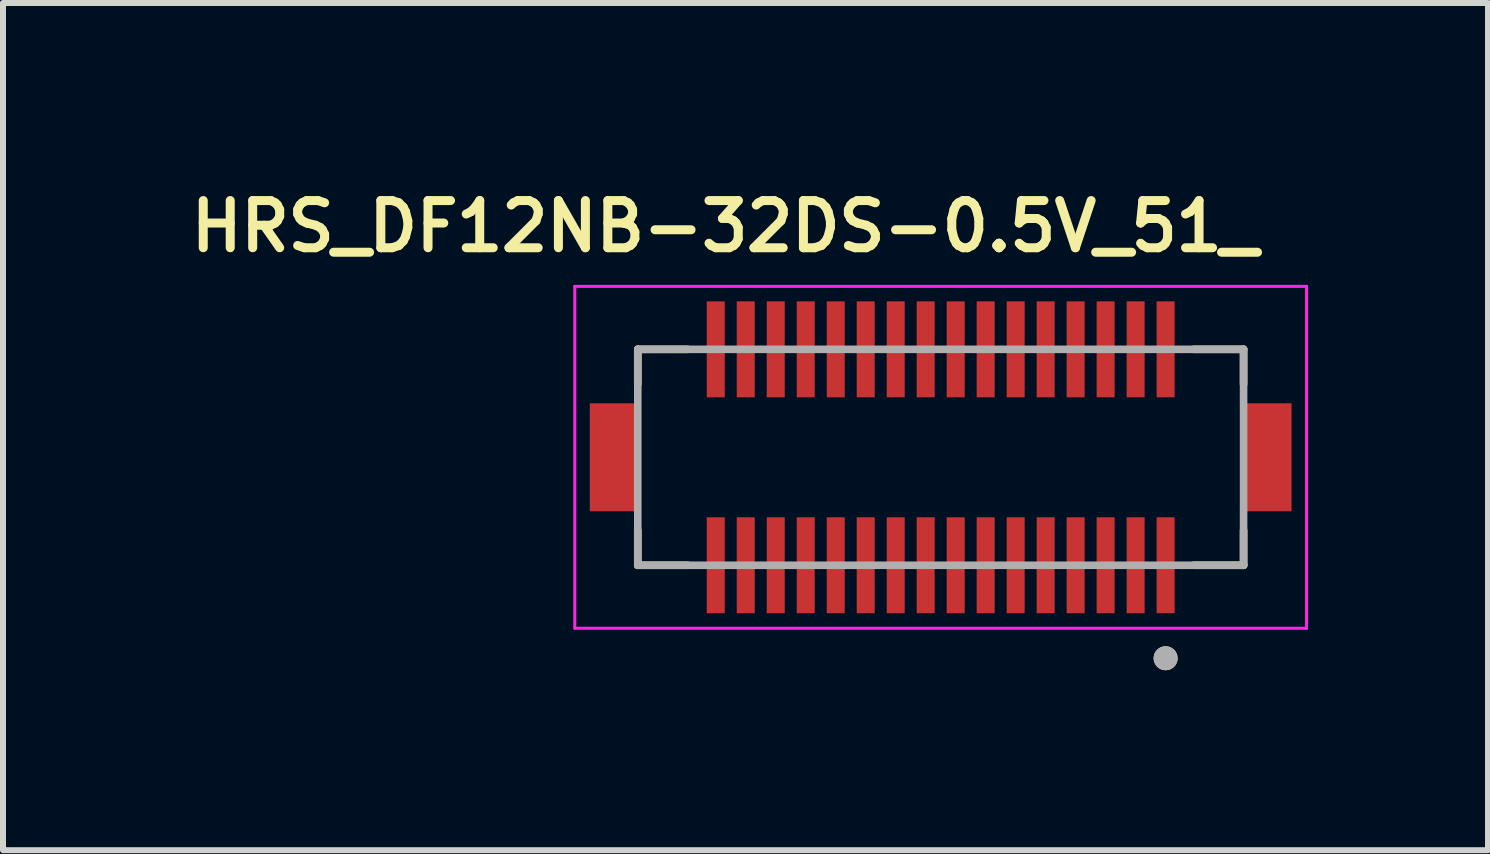
<source format=kicad_pcb>
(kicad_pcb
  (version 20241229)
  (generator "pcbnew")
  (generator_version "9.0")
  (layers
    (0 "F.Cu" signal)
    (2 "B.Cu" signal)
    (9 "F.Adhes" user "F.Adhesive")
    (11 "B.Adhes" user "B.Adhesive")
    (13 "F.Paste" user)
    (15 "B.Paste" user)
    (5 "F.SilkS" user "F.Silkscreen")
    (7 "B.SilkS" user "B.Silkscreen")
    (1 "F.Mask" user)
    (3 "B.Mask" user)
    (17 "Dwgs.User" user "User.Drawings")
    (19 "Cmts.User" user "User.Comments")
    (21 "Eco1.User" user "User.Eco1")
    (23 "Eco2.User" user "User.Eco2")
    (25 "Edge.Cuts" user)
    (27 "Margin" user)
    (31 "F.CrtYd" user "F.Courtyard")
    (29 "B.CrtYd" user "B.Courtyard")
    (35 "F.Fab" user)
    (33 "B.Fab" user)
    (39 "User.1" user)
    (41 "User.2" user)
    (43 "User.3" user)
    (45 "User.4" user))
  (footprint "HRS_DF12NB-32DS-0.5V_51_"
    (layer "F.Cu")
    (at 12.633 4.574)
    (property "Reference" "HRS_DF12NB-32DS-0.5V_51_" (at -3.6 -3.85 0) (layer "F.SilkS") (effects (font (size 0.787 0.787) (thickness 0.15))))
    (attr smd)
    (fp_poly (pts (xy -3.95 -2.65) (xy -3.55 -2.65) (xy -3.55 -0.95) (xy -3.95 -0.95)) (stroke (width 0.01) (type solid)) (fill yes) (layer "F.Mask"))
    (fp_poly (pts (xy -3.95 0.95) (xy -3.55 0.95) (xy -3.55 2.65) (xy -3.95 2.65)) (stroke (width 0.01) (type solid)) (fill yes) (layer "F.Mask"))
    (fp_poly (pts (xy -3.45 -2.65) (xy -3.05 -2.65) (xy -3.05 -0.95) (xy -3.45 -0.95)) (stroke (width 0.01) (type solid)) (fill yes) (layer "F.Mask"))
    (fp_poly (pts (xy -3.45 0.95) (xy -3.05 0.95) (xy -3.05 2.65) (xy -3.45 2.65)) (stroke (width 0.01) (type solid)) (fill yes) (layer "F.Mask"))
    (fp_poly (pts (xy -2.95 -2.65) (xy -2.55 -2.65) (xy -2.55 -0.95) (xy -2.95 -0.95)) (stroke (width 0.01) (type solid)) (fill yes) (layer "F.Mask"))
    (fp_poly (pts (xy -2.95 0.95) (xy -2.55 0.95) (xy -2.55 2.65) (xy -2.95 2.65)) (stroke (width 0.01) (type solid)) (fill yes) (layer "F.Mask"))
    (fp_poly (pts (xy -2.45 -2.65) (xy -2.05 -2.65) (xy -2.05 -0.95) (xy -2.45 -0.95)) (stroke (width 0.01) (type solid)) (fill yes) (layer "F.Mask"))
    (fp_poly (pts (xy -2.45 0.95) (xy -2.05 0.95) (xy -2.05 2.65) (xy -2.45 2.65)) (stroke (width 0.01) (type solid)) (fill yes) (layer "F.Mask"))
    (fp_poly (pts (xy -1.95 -2.65) (xy -1.55 -2.65) (xy -1.55 -0.95) (xy -1.95 -0.95)) (stroke (width 0.01) (type solid)) (fill yes) (layer "F.Mask"))
    (fp_poly (pts (xy -1.95 0.95) (xy -1.55 0.95) (xy -1.55 2.65) (xy -1.95 2.65)) (stroke (width 0.01) (type solid)) (fill yes) (layer "F.Mask"))
    (fp_poly (pts (xy -1.45 -2.65) (xy -1.05 -2.65) (xy -1.05 -0.95) (xy -1.45 -0.95)) (stroke (width 0.01) (type solid)) (fill yes) (layer "F.Mask"))
    (fp_poly (pts (xy -1.45 0.95) (xy -1.05 0.95) (xy -1.05 2.65) (xy -1.45 2.65)) (stroke (width 0.01) (type solid)) (fill yes) (layer "F.Mask"))
    (fp_poly (pts (xy -0.95 -2.65) (xy -0.55 -2.65) (xy -0.55 -0.95) (xy -0.95 -0.95)) (stroke (width 0.01) (type solid)) (fill yes) (layer "F.Mask"))
    (fp_poly (pts (xy -0.95 0.95) (xy -0.55 0.95) (xy -0.55 2.65) (xy -0.95 2.65)) (stroke (width 0.01) (type solid)) (fill yes) (layer "F.Mask"))
    (fp_poly (pts (xy -0.45 -2.65) (xy -0.05 -2.65) (xy -0.05 -0.95) (xy -0.45 -0.95)) (stroke (width 0.01) (type solid)) (fill yes) (layer "F.Mask"))
    (fp_poly (pts (xy -0.45 0.95) (xy -0.05 0.95) (xy -0.05 2.65) (xy -0.45 2.65)) (stroke (width 0.01) (type solid)) (fill yes) (layer "F.Mask"))
    (fp_poly (pts (xy 0.05 -2.65) (xy 0.45 -2.65) (xy 0.45 -0.95) (xy 0.05 -0.95)) (stroke (width 0.01) (type solid)) (fill yes) (layer "F.Mask"))
    (fp_poly (pts (xy 0.05 0.95) (xy 0.45 0.95) (xy 0.45 2.65) (xy 0.05 2.65)) (stroke (width 0.01) (type solid)) (fill yes) (layer "F.Mask"))
    (fp_poly (pts (xy 0.55 -2.65) (xy 0.95 -2.65) (xy 0.95 -0.95) (xy 0.55 -0.95)) (stroke (width 0.01) (type solid)) (fill yes) (layer "F.Mask"))
    (fp_poly (pts (xy 0.55 0.95) (xy 0.95 0.95) (xy 0.95 2.65) (xy 0.55 2.65)) (stroke (width 0.01) (type solid)) (fill yes) (layer "F.Mask"))
    (fp_poly (pts (xy 1.05 -2.65) (xy 1.45 -2.65) (xy 1.45 -0.95) (xy 1.05 -0.95)) (stroke (width 0.01) (type solid)) (fill yes) (layer "F.Mask"))
    (fp_poly (pts (xy 1.05 0.95) (xy 1.45 0.95) (xy 1.45 2.65) (xy 1.05 2.65)) (stroke (width 0.01) (type solid)) (fill yes) (layer "F.Mask"))
    (fp_poly (pts (xy 1.55 -2.65) (xy 1.95 -2.65) (xy 1.95 -0.95) (xy 1.55 -0.95)) (stroke (width 0.01) (type solid)) (fill yes) (layer "F.Mask"))
    (fp_poly (pts (xy 1.55 0.95) (xy 1.95 0.95) (xy 1.95 2.65) (xy 1.55 2.65)) (stroke (width 0.01) (type solid)) (fill yes) (layer "F.Mask"))
    (fp_poly (pts (xy 2.05 -2.65) (xy 2.45 -2.65) (xy 2.45 -0.95) (xy 2.05 -0.95)) (stroke (width 0.01) (type solid)) (fill yes) (layer "F.Mask"))
    (fp_poly (pts (xy 2.05 0.95) (xy 2.45 0.95) (xy 2.45 2.65) (xy 2.05 2.65)) (stroke (width 0.01) (type solid)) (fill yes) (layer "F.Mask"))
    (fp_poly (pts (xy 2.55 -2.65) (xy 2.95 -2.65) (xy 2.95 -0.95) (xy 2.55 -0.95)) (stroke (width 0.01) (type solid)) (fill yes) (layer "F.Mask"))
    (fp_poly (pts (xy 2.55 0.95) (xy 2.95 0.95) (xy 2.95 2.65) (xy 2.55 2.65)) (stroke (width 0.01) (type solid)) (fill yes) (layer "F.Mask"))
    (fp_poly (pts (xy 3.05 -2.65) (xy 3.45 -2.65) (xy 3.45 -0.95) (xy 3.05 -0.95)) (stroke (width 0.01) (type solid)) (fill yes) (layer "F.Mask"))
    (fp_poly (pts (xy 3.05 0.95) (xy 3.45 0.95) (xy 3.45 2.65) (xy 3.05 2.65)) (stroke (width 0.01) (type solid)) (fill yes) (layer "F.Mask"))
    (fp_poly (pts (xy 3.55 -2.65) (xy 3.95 -2.65) (xy 3.95 -0.95) (xy 3.55 -0.95)) (stroke (width 0.01) (type solid)) (fill yes) (layer "F.Mask"))
    (fp_poly (pts (xy 3.55 0.95) (xy 3.95 0.95) (xy 3.95 2.65) (xy 3.55 2.65)) (stroke (width 0.01) (type solid)) (fill yes) (layer "F.Mask"))
    (fp_line (start -5.05 -1.8) (end -5.05 -1.22) (stroke (width 0.127) (type solid)) (layer "F.SilkS"))
    (fp_line (start -5.05 1.8) (end -5.05 1.22) (stroke (width 0.127) (type solid)) (layer "F.SilkS"))
    (fp_line (start -5.05 1.8) (end -4.22 1.8) (stroke (width 0.127) (type solid)) (layer "F.SilkS"))
    (fp_line (start -4.22 -1.8) (end -5.05 -1.8) (stroke (width 0.127) (type solid)) (layer "F.SilkS"))
    (fp_line (start 4.22 1.8) (end 5.05 1.8) (stroke (width 0.127) (type solid)) (layer "F.SilkS"))
    (fp_line (start 5.05 -1.8) (end 4.22 -1.8) (stroke (width 0.127) (type solid)) (layer "F.SilkS"))
    (fp_line (start 5.05 -1.22) (end 5.05 -1.8) (stroke (width 0.127) (type solid)) (layer "F.SilkS"))
    (fp_line (start 5.05 1.8) (end 5.05 1.22) (stroke (width 0.127) (type solid)) (layer "F.SilkS"))
    (fp_circle (center 3.75 3.35) (end 3.85 3.35) (stroke (width 0.2) (type solid)) (fill no) (layer "F.SilkS"))
    (fp_poly (pts (xy -3.89 -2.6) (xy -3.61 -2.6) (xy -3.61 -1.4) (xy -3.89 -1.4)) (stroke (width 0.01) (type solid)) (fill yes) (layer "F.Paste"))
    (fp_poly (pts (xy -3.89 1.4) (xy -3.61 1.4) (xy -3.61 2.6) (xy -3.89 2.6)) (stroke (width 0.01) (type solid)) (fill yes) (layer "F.Paste"))
    (fp_poly (pts (xy -3.39 -2.6) (xy -3.11 -2.6) (xy -3.11 -1.4) (xy -3.39 -1.4)) (stroke (width 0.01) (type solid)) (fill yes) (layer "F.Paste"))
    (fp_poly (pts (xy -3.39 1.4) (xy -3.11 1.4) (xy -3.11 2.6) (xy -3.39 2.6)) (stroke (width 0.01) (type solid)) (fill yes) (layer "F.Paste"))
    (fp_poly (pts (xy -2.89 -2.6) (xy -2.61 -2.6) (xy -2.61 -1.4) (xy -2.89 -1.4)) (stroke (width 0.01) (type solid)) (fill yes) (layer "F.Paste"))
    (fp_poly (pts (xy -2.89 1.4) (xy -2.61 1.4) (xy -2.61 2.6) (xy -2.89 2.6)) (stroke (width 0.01) (type solid)) (fill yes) (layer "F.Paste"))
    (fp_poly (pts (xy -2.39 -2.6) (xy -2.11 -2.6) (xy -2.11 -1.4) (xy -2.39 -1.4)) (stroke (width 0.01) (type solid)) (fill yes) (layer "F.Paste"))
    (fp_poly (pts (xy -2.39 1.4) (xy -2.11 1.4) (xy -2.11 2.6) (xy -2.39 2.6)) (stroke (width 0.01) (type solid)) (fill yes) (layer "F.Paste"))
    (fp_poly (pts (xy -1.89 -2.6) (xy -1.61 -2.6) (xy -1.61 -1.4) (xy -1.89 -1.4)) (stroke (width 0.01) (type solid)) (fill yes) (layer "F.Paste"))
    (fp_poly (pts (xy -1.89 1.4) (xy -1.61 1.4) (xy -1.61 2.6) (xy -1.89 2.6)) (stroke (width 0.01) (type solid)) (fill yes) (layer "F.Paste"))
    (fp_poly (pts (xy -1.39 -2.6) (xy -1.11 -2.6) (xy -1.11 -1.4) (xy -1.39 -1.4)) (stroke (width 0.01) (type solid)) (fill yes) (layer "F.Paste"))
    (fp_poly (pts (xy -1.39 1.4) (xy -1.11 1.4) (xy -1.11 2.6) (xy -1.39 2.6)) (stroke (width 0.01) (type solid)) (fill yes) (layer "F.Paste"))
    (fp_poly (pts (xy -0.89 -2.6) (xy -0.61 -2.6) (xy -0.61 -1.4) (xy -0.89 -1.4)) (stroke (width 0.01) (type solid)) (fill yes) (layer "F.Paste"))
    (fp_poly (pts (xy -0.89 1.4) (xy -0.61 1.4) (xy -0.61 2.6) (xy -0.89 2.6)) (stroke (width 0.01) (type solid)) (fill yes) (layer "F.Paste"))
    (fp_poly (pts (xy -0.39 -2.6) (xy -0.11 -2.6) (xy -0.11 -1.4) (xy -0.39 -1.4)) (stroke (width 0.01) (type solid)) (fill yes) (layer "F.Paste"))
    (fp_poly (pts (xy -0.39 1.4) (xy -0.11 1.4) (xy -0.11 2.6) (xy -0.39 2.6)) (stroke (width 0.01) (type solid)) (fill yes) (layer "F.Paste"))
    (fp_poly (pts (xy 0.11 -2.6) (xy 0.39 -2.6) (xy 0.39 -1.4) (xy 0.11 -1.4)) (stroke (width 0.01) (type solid)) (fill yes) (layer "F.Paste"))
    (fp_poly (pts (xy 0.11 1.4) (xy 0.39 1.4) (xy 0.39 2.6) (xy 0.11 2.6)) (stroke (width 0.01) (type solid)) (fill yes) (layer "F.Paste"))
    (fp_poly (pts (xy 0.61 -2.6) (xy 0.89 -2.6) (xy 0.89 -1.4) (xy 0.61 -1.4)) (stroke (width 0.01) (type solid)) (fill yes) (layer "F.Paste"))
    (fp_poly (pts (xy 0.61 1.4) (xy 0.89 1.4) (xy 0.89 2.6) (xy 0.61 2.6)) (stroke (width 0.01) (type solid)) (fill yes) (layer "F.Paste"))
    (fp_poly (pts (xy 1.11 -2.6) (xy 1.39 -2.6) (xy 1.39 -1.4) (xy 1.11 -1.4)) (stroke (width 0.01) (type solid)) (fill yes) (layer "F.Paste"))
    (fp_poly (pts (xy 1.11 1.4) (xy 1.39 1.4) (xy 1.39 2.6) (xy 1.11 2.6)) (stroke (width 0.01) (type solid)) (fill yes) (layer "F.Paste"))
    (fp_poly (pts (xy 1.61 -2.6) (xy 1.89 -2.6) (xy 1.89 -1.4) (xy 1.61 -1.4)) (stroke (width 0.01) (type solid)) (fill yes) (layer "F.Paste"))
    (fp_poly (pts (xy 1.61 1.4) (xy 1.89 1.4) (xy 1.89 2.6) (xy 1.61 2.6)) (stroke (width 0.01) (type solid)) (fill yes) (layer "F.Paste"))
    (fp_poly (pts (xy 2.11 -2.6) (xy 2.39 -2.6) (xy 2.39 -1.4) (xy 2.11 -1.4)) (stroke (width 0.01) (type solid)) (fill yes) (layer "F.Paste"))
    (fp_poly (pts (xy 2.11 1.4) (xy 2.39 1.4) (xy 2.39 2.6) (xy 2.11 2.6)) (stroke (width 0.01) (type solid)) (fill yes) (layer "F.Paste"))
    (fp_poly (pts (xy 2.61 -2.6) (xy 2.89 -2.6) (xy 2.89 -1.4) (xy 2.61 -1.4)) (stroke (width 0.01) (type solid)) (fill yes) (layer "F.Paste"))
    (fp_poly (pts (xy 2.61 1.4) (xy 2.89 1.4) (xy 2.89 2.6) (xy 2.61 2.6)) (stroke (width 0.01) (type solid)) (fill yes) (layer "F.Paste"))
    (fp_poly (pts (xy 3.11 -2.6) (xy 3.39 -2.6) (xy 3.39 -1.4) (xy 3.11 -1.4)) (stroke (width 0.01) (type solid)) (fill yes) (layer "F.Paste"))
    (fp_poly (pts (xy 3.11 1.4) (xy 3.39 1.4) (xy 3.39 2.6) (xy 3.11 2.6)) (stroke (width 0.01) (type solid)) (fill yes) (layer "F.Paste"))
    (fp_poly (pts (xy 3.61 -2.6) (xy 3.89 -2.6) (xy 3.89 -1.4) (xy 3.61 -1.4)) (stroke (width 0.01) (type solid)) (fill yes) (layer "F.Paste"))
    (fp_poly (pts (xy 3.61 1.4) (xy 3.89 1.4) (xy 3.89 2.6) (xy 3.61 2.6)) (stroke (width 0.01) (type solid)) (fill yes) (layer "F.Paste"))
    (fp_line (start -6.1 -2.85) (end -6.1 2.85) (stroke (width 0.05) (type solid)) (layer "F.CrtYd"))
    (fp_line (start -6.1 2.85) (end 6.1 2.85) (stroke (width 0.05) (type solid)) (layer "F.CrtYd"))
    (fp_line (start 6.1 -2.85) (end -6.1 -2.85) (stroke (width 0.05) (type solid)) (layer "F.CrtYd"))
    (fp_line (start 6.1 2.85) (end 6.1 -2.85) (stroke (width 0.05) (type solid)) (layer "F.CrtYd"))
    (fp_line (start -5.05 -1.8) (end -5.05 1.8) (stroke (width 0.127) (type solid)) (layer "F.Fab"))
    (fp_line (start -5.05 1.8) (end 5.05 1.8) (stroke (width 0.127) (type solid)) (layer "F.Fab"))
    (fp_line (start 5.05 -1.8) (end -5.05 -1.8) (stroke (width 0.127) (type solid)) (layer "F.Fab"))
    (fp_line (start 5.05 1.8) (end 5.05 -1.8) (stroke (width 0.127) (type solid)) (layer "F.Fab"))
    (fp_circle (center 3.75 3.35) (end 3.85 3.35) (stroke (width 0.2) (type solid)) (fill no) (layer "F.Fab"))
    (pad "1" smd rect (at 3.75 1.8) (size 0.3 1.6) (layers "F.Cu"))
    (pad "2" smd rect (at 3.75 -1.8) (size 0.3 1.6) (layers "F.Cu"))
    (pad "3" smd rect (at 3.25 1.8) (size 0.3 1.6) (layers "F.Cu"))
    (pad "4" smd rect (at 3.25 -1.8) (size 0.3 1.6) (layers "F.Cu"))
    (pad "5" smd rect (at 2.75 1.8) (size 0.3 1.6) (layers "F.Cu"))
    (pad "6" smd rect (at 2.75 -1.8) (size 0.3 1.6) (layers "F.Cu"))
    (pad "7" smd rect (at 2.25 1.8) (size 0.3 1.6) (layers "F.Cu"))
    (pad "8" smd rect (at 2.25 -1.8) (size 0.3 1.6) (layers "F.Cu"))
    (pad "9" smd rect (at 1.75 1.8) (size 0.3 1.6) (layers "F.Cu"))
    (pad "10" smd rect (at 1.75 -1.8) (size 0.3 1.6) (layers "F.Cu"))
    (pad "11" smd rect (at 1.25 1.8) (size 0.3 1.6) (layers "F.Cu"))
    (pad "12" smd rect (at 1.25 -1.8) (size 0.3 1.6) (layers "F.Cu"))
    (pad "13" smd rect (at 0.75 1.8) (size 0.3 1.6) (layers "F.Cu"))
    (pad "14" smd rect (at 0.75 -1.8) (size 0.3 1.6) (layers "F.Cu"))
    (pad "15" smd rect (at 0.25 1.8) (size 0.3 1.6) (layers "F.Cu"))
    (pad "16" smd rect (at 0.25 -1.8) (size 0.3 1.6) (layers "F.Cu"))
    (pad "17" smd rect (at -0.25 1.8) (size 0.3 1.6) (layers "F.Cu"))
    (pad "18" smd rect (at -0.25 -1.8) (size 0.3 1.6) (layers "F.Cu"))
    (pad "19" smd rect (at -0.75 1.8) (size 0.3 1.6) (layers "F.Cu"))
    (pad "20" smd rect (at -0.75 -1.8) (size 0.3 1.6) (layers "F.Cu"))
    (pad "21" smd rect (at -1.25 1.8) (size 0.3 1.6) (layers "F.Cu"))
    (pad "22" smd rect (at -1.25 -1.8) (size 0.3 1.6) (layers "F.Cu"))
    (pad "23" smd rect (at -1.75 1.8) (size 0.3 1.6) (layers "F.Cu"))
    (pad "24" smd rect (at -1.75 -1.8) (size 0.3 1.6) (layers "F.Cu"))
    (pad "25" smd rect (at -2.25 1.8) (size 0.3 1.6) (layers "F.Cu"))
    (pad "26" smd rect (at -2.25 -1.8) (size 0.3 1.6) (layers "F.Cu"))
    (pad "27" smd rect (at -2.75 1.8) (size 0.3 1.6) (layers "F.Cu"))
    (pad "28" smd rect (at -2.75 -1.8) (size 0.3 1.6) (layers "F.Cu"))
    (pad "29" smd rect (at -3.25 1.8) (size 0.3 1.6) (layers "F.Cu"))
    (pad "30" smd rect (at -3.25 -1.8) (size 0.3 1.6) (layers "F.Cu"))
    (pad "31" smd rect (at -3.75 1.8) (size 0.3 1.6) (layers "F.Cu"))
    (pad "32" smd rect (at -3.75 -1.8) (size 0.3 1.6) (layers "F.Cu"))
    (pad "S1" smd rect (at 5.45 0) (size 0.8 1.8) (layers "F.Cu" "F.Mask" "F.Paste"))
    (pad "S2" smd rect (at -5.45 0) (size 0.8 1.8) (layers "F.Cu" "F.Mask" "F.Paste"))
    (zone (net_name "") (layer "F.Cu") (hatch full 0.508) (connect_pads) (min_thickness 0.01) (filled_areas_thickness no) (keepout (tracks not_allowed) (vias not_allowed) (pads not_allowed) (copperpour not_allowed) (footprints allowed)) (placement (enabled no)) (fill) (polygon (pts (xy 7.583 3.574) (xy 17.683 3.574) (xy 17.683 5.574) (xy 7.583 5.574))))
    (zone (net_name "") (layers "F.Cu" "B.Cu") (hatch full 0.508) (connect_pads) (min_thickness 0.01) (filled_areas_thickness no) (keepout (tracks allowed) (vias not_allowed) (pads allowed) (copperpour allowed) (footprints allowed)) (placement (enabled no)) (fill) (polygon (pts (xy 7.583 3.574) (xy 17.683 3.574) (xy 17.683 5.574) (xy 7.583 5.574)))))
  (gr_rect
    (start -3 -3)
    (end 21.758 11.124)
    (stroke (width 0.1) (type default))
    (fill no)
    (layer "Edge.Cuts")))
</source>
